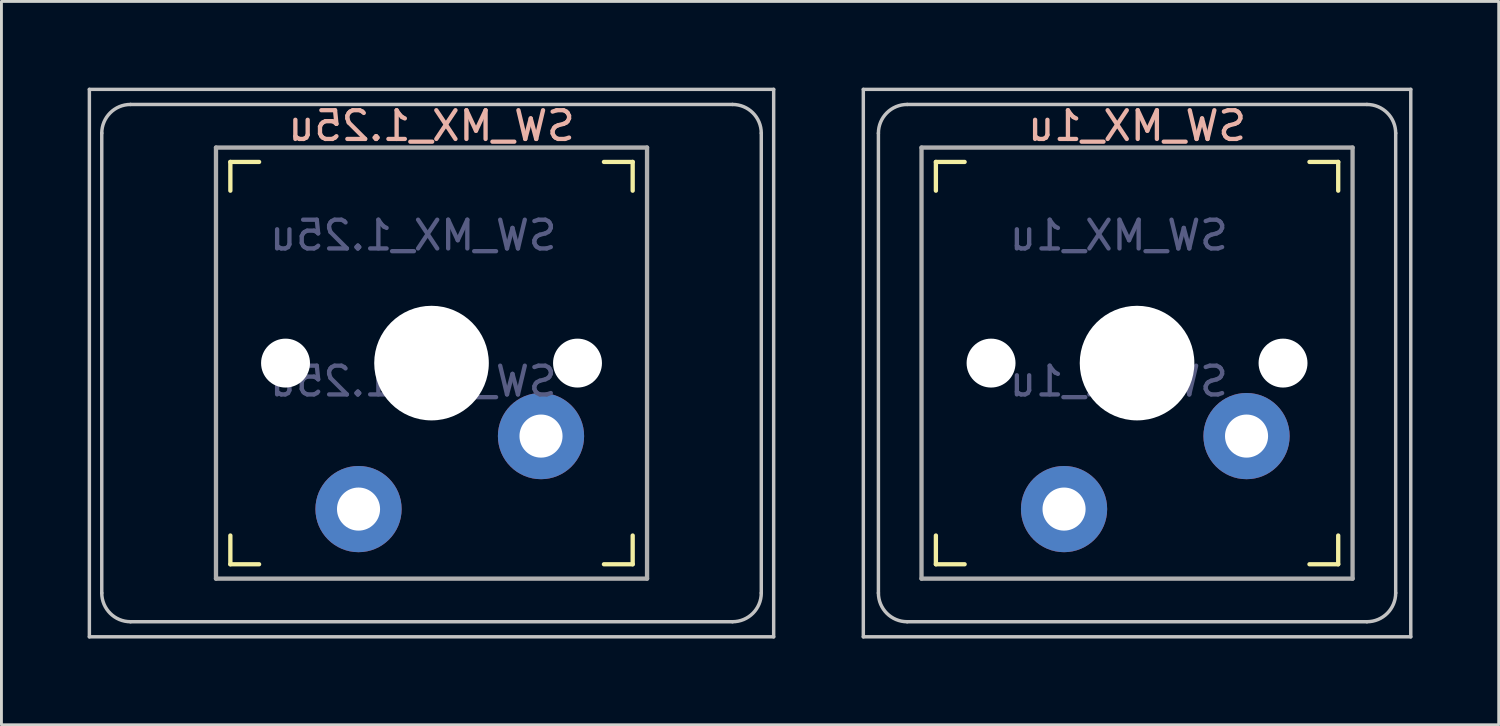
<source format=kicad_pcb>
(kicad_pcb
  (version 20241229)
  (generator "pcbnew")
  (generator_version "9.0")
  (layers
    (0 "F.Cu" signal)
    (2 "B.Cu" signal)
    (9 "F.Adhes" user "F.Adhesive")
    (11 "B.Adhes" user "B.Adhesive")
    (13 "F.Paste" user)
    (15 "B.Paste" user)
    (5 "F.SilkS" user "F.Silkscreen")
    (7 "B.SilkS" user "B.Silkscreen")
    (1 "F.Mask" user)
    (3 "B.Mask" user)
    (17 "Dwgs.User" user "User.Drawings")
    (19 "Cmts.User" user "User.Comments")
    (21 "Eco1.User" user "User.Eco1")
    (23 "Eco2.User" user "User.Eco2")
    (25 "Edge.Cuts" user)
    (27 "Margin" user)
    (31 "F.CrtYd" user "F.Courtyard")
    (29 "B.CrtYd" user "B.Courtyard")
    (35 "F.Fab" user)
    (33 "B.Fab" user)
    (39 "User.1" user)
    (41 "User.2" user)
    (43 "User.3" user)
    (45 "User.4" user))
  (footprint "SW_MX_1.25u"
    (layer "F.Cu")
    (at 11.966 9.585)
    (property "Reference" "SW_MX_1.25u" (at 0 -8.255 0) (layer "B.SilkS") (effects (font (size 1 1) (thickness 0.15)) (justify mirror)))
    (property "Value" "SW_MX_1.25u" (at 0 8.255 0) (layer "F.Fab") (hide yes) (effects (font (size 1 1) (thickness 0.15))))
    (attr smd)
    (fp_line (start -7 -6) (end -7 -7) (stroke (width 0.15) (type solid)) (layer "F.SilkS"))
    (fp_line (start -7 7) (end -7 6) (stroke (width 0.15) (type solid)) (layer "F.SilkS"))
    (fp_line (start -7 7) (end -6 7) (stroke (width 0.15) (type solid)) (layer "F.SilkS"))
    (fp_line (start -6 -7) (end -7 -7) (stroke (width 0.15) (type solid)) (layer "F.SilkS"))
    (fp_line (start 6 7) (end 7 7) (stroke (width 0.15) (type solid)) (layer "F.SilkS"))
    (fp_line (start 7 -7) (end 6 -7) (stroke (width 0.15) (type solid)) (layer "F.SilkS"))
    (fp_line (start 7 -7) (end 7 -6) (stroke (width 0.15) (type solid)) (layer "F.SilkS"))
    (fp_line (start 7 6) (end 7 7) (stroke (width 0.15) (type solid)) (layer "F.SilkS"))
    (fp_line (start -11.906 -9.525) (end 11.906 -9.525) (stroke (width 0.12) (type solid)) (layer "Dwgs.User"))
    (fp_line (start -11.906 9.525) (end -11.906 -9.525) (stroke (width 0.12) (type solid)) (layer "Dwgs.User"))
    (fp_line (start -11.475 8) (end -11.475 -8) (stroke (width 0.12) (type solid)) (layer "Dwgs.User"))
    (fp_line (start -10.475 -9) (end 10.475 -9) (stroke (width 0.12) (type solid)) (layer "Dwgs.User"))
    (fp_line (start -10.475 9) (end 10.475 9) (stroke (width 0.12) (type solid)) (layer "Dwgs.User"))
    (fp_line (start 11.475 8) (end 11.475 -8) (stroke (width 0.12) (type solid)) (layer "Dwgs.User"))
    (fp_line (start 11.906 -9.525) (end 11.906 9.525) (stroke (width 0.12) (type solid)) (layer "Dwgs.User"))
    (fp_line (start 11.906 9.525) (end -11.906 9.525) (stroke (width 0.12) (type solid)) (layer "Dwgs.User"))
    (fp_arc (start -11.475 -8) (mid -11.182107 -8.707107) (end -10.475 -9) (stroke (width 0.12) (type solid)) (layer "Dwgs.User"))
    (fp_arc (start -10.475 9) (mid -11.182107 8.707107) (end -11.475 8) (stroke (width 0.12) (type solid)) (layer "Dwgs.User"))
    (fp_arc (start 10.475 -9) (mid 11.182107 -8.707107) (end 11.475 -8) (stroke (width 0.12) (type solid)) (layer "Dwgs.User"))
    (fp_arc (start 11.475 8) (mid 11.182107 8.707107) (end 10.475 9) (stroke (width 0.12) (type solid)) (layer "Dwgs.User"))
    (fp_line (start -6.9 6.9) (end -6.9 -6.9) (stroke (width 0.15) (type solid)) (layer "Eco2.User"))
    (fp_line (start -6.9 6.9) (end 6.9 6.9) (stroke (width 0.15) (type solid)) (layer "Eco2.User"))
    (fp_line (start 6.9 -6.9) (end -6.9 -6.9) (stroke (width 0.15) (type solid)) (layer "Eco2.User"))
    (fp_line (start 6.9 -6.9) (end 6.9 6.9) (stroke (width 0.15) (type solid)) (layer "Eco2.User"))
    (fp_line (start -7.5 -7.5) (end 7.5 -7.5) (stroke (width 0.15) (type solid)) (layer "F.Fab"))
    (fp_line (start -7.5 7.5) (end -7.5 -7.5) (stroke (width 0.15) (type solid)) (layer "F.Fab"))
    (fp_line (start 7.5 -7.5) (end 7.5 7.5) (stroke (width 0.15) (type solid)) (layer "F.Fab"))
    (fp_line (start 7.5 7.5) (end -7.5 7.5) (stroke (width 0.15) (type solid)) (layer "F.Fab"))
    (fp_text user "${REFERENCE}" (at -0.635 -4.445 0) (layer "B.Fab") (effects (font (size 1 1) (thickness 0.15)) (justify mirror)))
    (fp_text user "${VALUE}" (at -0.635 0.635 0) (layer "B.Fab") (effects (font (size 1 1) (thickness 0.15)) (justify mirror)))
    (pad "" np_thru_hole circle (at -5.08 0) (size 1.702 1.702) (drill 1.702) (layers "*.Cu" "*.Mask"))
    (pad "" np_thru_hole circle (at 0 0) (size 3.988 3.988) (drill 3.988) (layers "*.Cu" "*.Mask"))
    (pad "" np_thru_hole circle (at 5.08 0) (size 1.702 1.702) (drill 1.702) (layers "*.Cu" "*.Mask"))
    (pad "1" thru_hole circle (at 3.81 2.54) (size 3 3) (drill 1.499) (layers "*.Cu" "*.Mask"))
    (pad "2" thru_hole circle (at -2.54 5.08) (size 3 3) (drill 1.499) (layers "*.Cu" "*.Mask")))
  (footprint "SW_MX_1u"
    (layer "F.Cu")
    (at 36.517 9.585)
    (property "Reference" "SW_MX_1u" (at 0 -8.255 0) (layer "B.SilkS") (effects (font (size 1 1) (thickness 0.15)) (justify mirror)))
    (property "Value" "SW_MX_1u" (at 0 8.255 0) (layer "F.Fab") (hide yes) (effects (font (size 1 1) (thickness 0.15))))
    (attr smd)
    (fp_line (start -7 -6) (end -7 -7) (stroke (width 0.15) (type solid)) (layer "F.SilkS"))
    (fp_line (start -7 7) (end -7 6) (stroke (width 0.15) (type solid)) (layer "F.SilkS"))
    (fp_line (start -7 7) (end -6 7) (stroke (width 0.15) (type solid)) (layer "F.SilkS"))
    (fp_line (start -6 -7) (end -7 -7) (stroke (width 0.15) (type solid)) (layer "F.SilkS"))
    (fp_line (start 6 7) (end 7 7) (stroke (width 0.15) (type solid)) (layer "F.SilkS"))
    (fp_line (start 7 -7) (end 6 -7) (stroke (width 0.15) (type solid)) (layer "F.SilkS"))
    (fp_line (start 7 -7) (end 7 -6) (stroke (width 0.15) (type solid)) (layer "F.SilkS"))
    (fp_line (start 7 6) (end 7 7) (stroke (width 0.15) (type solid)) (layer "F.SilkS"))
    (fp_line (start -9.525 -9.525) (end 9.525 -9.525) (stroke (width 0.12) (type solid)) (layer "Dwgs.User"))
    (fp_line (start -9.525 9.525) (end -9.525 -9.525) (stroke (width 0.12) (type solid)) (layer "Dwgs.User"))
    (fp_line (start -9 8) (end -9 -8) (stroke (width 0.12) (type solid)) (layer "Dwgs.User"))
    (fp_line (start -8 -9) (end 8 -9) (stroke (width 0.12) (type solid)) (layer "Dwgs.User"))
    (fp_line (start -8 9) (end 8 9) (stroke (width 0.12) (type solid)) (layer "Dwgs.User"))
    (fp_line (start 9 8) (end 9 -8) (stroke (width 0.12) (type solid)) (layer "Dwgs.User"))
    (fp_line (start 9.525 -9.525) (end 9.525 9.525) (stroke (width 0.12) (type solid)) (layer "Dwgs.User"))
    (fp_line (start 9.525 9.525) (end -9.525 9.525) (stroke (width 0.12) (type solid)) (layer "Dwgs.User"))
    (fp_arc (start -9 -8) (mid -8.707107 -8.707107) (end -8 -9) (stroke (width 0.12) (type solid)) (layer "Dwgs.User"))
    (fp_arc (start -8 9) (mid -8.707107 8.707107) (end -9 8) (stroke (width 0.12) (type solid)) (layer "Dwgs.User"))
    (fp_arc (start 8 -9) (mid 8.707107 -8.707107) (end 9 -8) (stroke (width 0.12) (type solid)) (layer "Dwgs.User"))
    (fp_arc (start 9 8) (mid 8.707107 8.707107) (end 8 9) (stroke (width 0.12) (type solid)) (layer "Dwgs.User"))
    (fp_line (start -6.9 6.9) (end -6.9 -6.9) (stroke (width 0.15) (type solid)) (layer "Eco2.User"))
    (fp_line (start -6.9 6.9) (end 6.9 6.9) (stroke (width 0.15) (type solid)) (layer "Eco2.User"))
    (fp_line (start 6.9 -6.9) (end -6.9 -6.9) (stroke (width 0.15) (type solid)) (layer "Eco2.User"))
    (fp_line (start 6.9 -6.9) (end 6.9 6.9) (stroke (width 0.15) (type solid)) (layer "Eco2.User"))
    (fp_line (start -7.5 -7.5) (end 7.5 -7.5) (stroke (width 0.15) (type solid)) (layer "F.Fab"))
    (fp_line (start -7.5 7.5) (end -7.5 -7.5) (stroke (width 0.15) (type solid)) (layer "F.Fab"))
    (fp_line (start 7.5 -7.5) (end 7.5 7.5) (stroke (width 0.15) (type solid)) (layer "F.Fab"))
    (fp_line (start 7.5 7.5) (end -7.5 7.5) (stroke (width 0.15) (type solid)) (layer "F.Fab"))
    (fp_text user "${VALUE}" (at -0.635 0.635 0) (layer "B.Fab") (effects (font (size 1 1) (thickness 0.15)) (justify mirror)))
    (fp_text user "${REFERENCE}" (at -0.635 -4.445 0) (layer "B.Fab") (effects (font (size 1 1) (thickness 0.15)) (justify mirror)))
    (pad "" np_thru_hole circle (at -5.08 0) (size 1.702 1.702) (drill 1.702) (layers "*.Cu" "*.Mask"))
    (pad "" np_thru_hole circle (at 0 0) (size 3.988 3.988) (drill 3.988) (layers "*.Cu" "*.Mask"))
    (pad "" np_thru_hole circle (at 5.08 0) (size 1.702 1.702) (drill 1.702) (layers "*.Cu" "*.Mask"))
    (pad "1" thru_hole circle (at 3.81 2.54) (size 3 3) (drill 1.499) (layers "*.Cu" "*.Mask"))
    (pad "2" thru_hole circle (at -2.54 5.08) (size 3 3) (drill 1.499) (layers "*.Cu" "*.Mask")))
  (gr_rect
    (start -3 -3)
    (end 49.102 22.17)
    (stroke (width 0.1) (type default))
    (fill no)
    (layer "Edge.Cuts")))
</source>
